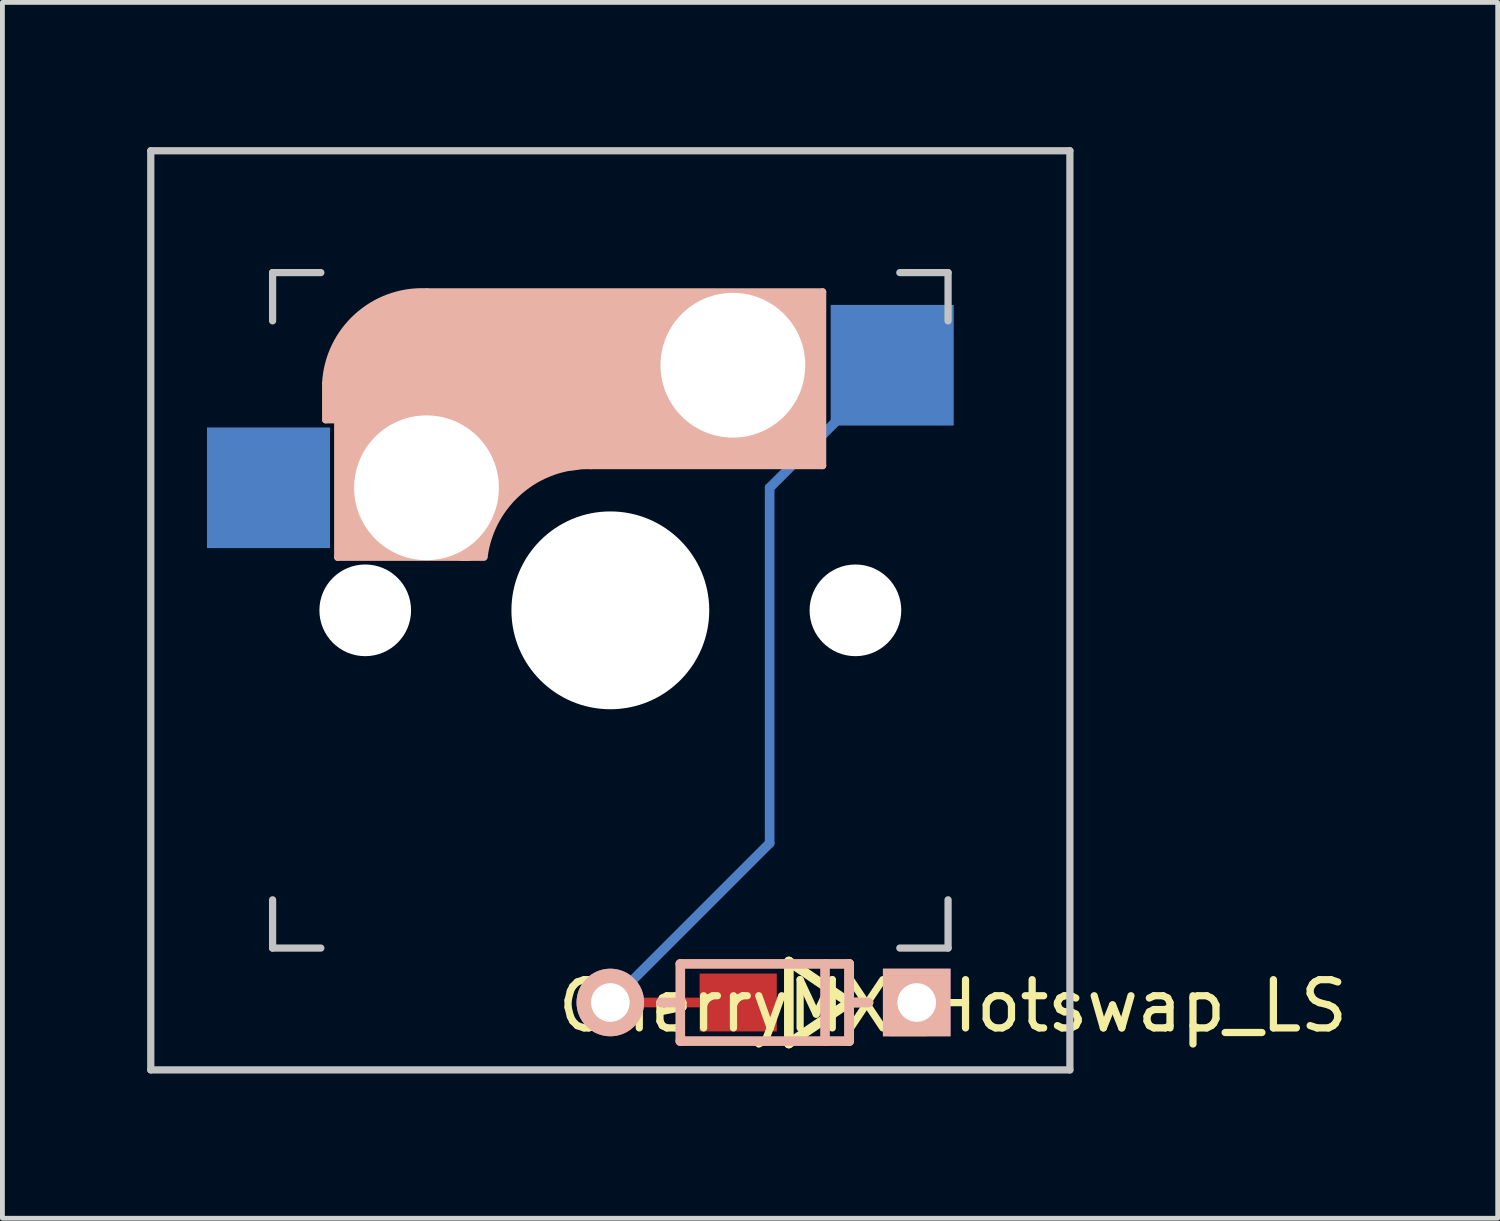
<source format=kicad_pcb>
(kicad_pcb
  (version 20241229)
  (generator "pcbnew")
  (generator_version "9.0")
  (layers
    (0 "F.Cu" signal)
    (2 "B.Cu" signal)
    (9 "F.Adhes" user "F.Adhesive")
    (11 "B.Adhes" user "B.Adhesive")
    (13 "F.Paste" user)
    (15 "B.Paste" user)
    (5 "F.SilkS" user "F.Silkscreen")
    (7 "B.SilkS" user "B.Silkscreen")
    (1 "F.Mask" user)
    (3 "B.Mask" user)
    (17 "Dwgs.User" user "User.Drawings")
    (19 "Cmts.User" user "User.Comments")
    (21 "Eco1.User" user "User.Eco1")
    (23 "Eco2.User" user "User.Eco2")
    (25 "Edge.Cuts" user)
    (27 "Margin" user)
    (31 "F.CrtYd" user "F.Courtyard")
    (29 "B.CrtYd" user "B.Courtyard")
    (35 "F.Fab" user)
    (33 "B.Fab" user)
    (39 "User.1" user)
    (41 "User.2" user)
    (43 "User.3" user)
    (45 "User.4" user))
  (footprint "CherryMX_Hotswap_LS"
    (layer "F.Cu")
    (at 9.6 9.6)
    (property "Reference" "CherryMX_Hotswap_LS" (at 7.1 8.2 0) (layer "F.SilkS") (effects (font (size 1 1) (thickness 0.15))))
    (attr through_hole)
    (fp_line (start 0 8.128) (end 2.65 8.128) (stroke (width 0.2) (type solid)) (layer "F.Cu"))
    (fp_line (start 3.302 -2.54) (end 3.302 4.826) (stroke (width 0.2) (type solid)) (layer "B.Cu"))
    (fp_line (start 3.302 -2.54) (end 5.842 -5.08) (stroke (width 0.2) (type solid)) (layer "B.Cu"))
    (fp_line (start 3.302 4.826) (end 0 8.128) (stroke (width 0.2) (type solid)) (layer "B.Cu"))
    (fp_line (start 3.7 7.278) (end 3.7 8.978) (stroke (width 0.2) (type solid)) (layer "F.SilkS"))
    (fp_line (start 4.95 8.128) (end 3.7 7.278) (stroke (width 0.2) (type solid)) (layer "F.SilkS"))
    (fp_line (start 4.95 8.128) (end 3.7 8.978) (stroke (width 0.2) (type solid)) (layer "F.SilkS"))
    (fp_line (start 4.951 7.328) (end 4.951 8.928) (stroke (width 0.2) (type solid)) (layer "F.SilkS"))
    (fp_line (start 4.951 8.128) (end 5.351 8.128) (stroke (width 0.2) (type solid)) (layer "F.SilkS"))
    (fp_line (start -5.9 -4.7) (end -5.9 -3.95) (stroke (width 0.15) (type solid)) (layer "B.SilkS"))
    (fp_line (start -5.9 -3.95) (end -5.7 -3.95) (stroke (width 0.15) (type solid)) (layer "B.SilkS"))
    (fp_line (start -5.8 -4.05) (end -5.8 -4.7) (stroke (width 0.3) (type solid)) (layer "B.SilkS"))
    (fp_line (start -5.65 -5.55) (end -5.65 -1.1) (stroke (width 0.15) (type solid)) (layer "B.SilkS"))
    (fp_line (start -5.65 -1.1) (end -2.62 -1.1) (stroke (width 0.15) (type solid)) (layer "B.SilkS"))
    (fp_line (start -5.45 -1.3) (end -3 -1.3) (stroke (width 0.5) (type solid)) (layer "B.SilkS"))
    (fp_line (start -5.3 -1.6) (end -5.3 -3.4) (stroke (width 0.8) (type solid)) (layer "B.SilkS"))
    (fp_line (start -4.17 -5.1) (end -4.17 -2.86) (stroke (width 3) (type solid)) (layer "B.SilkS"))
    (fp_line (start -0.4 -3) (end 4.4 -3) (stroke (width 0.15) (type solid)) (layer "B.SilkS"))
    (fp_line (start 1.45 7.328) (end 1.45 8.928) (stroke (width 0.2) (type solid)) (layer "B.SilkS"))
    (fp_line (start 1.45 8.128) (end 1.05 8.128) (stroke (width 0.2) (type solid)) (layer "B.SilkS"))
    (fp_line (start 1.45 8.928) (end 4.95 8.928) (stroke (width 0.2) (type solid)) (layer "B.SilkS"))
    (fp_line (start 2.6 -4.8) (end -4.1 -4.8) (stroke (width 3.5) (type solid)) (layer "B.SilkS"))
    (fp_line (start 3.9 -6) (end 3.9 -3.5) (stroke (width 1) (type solid)) (layer "B.SilkS"))
    (fp_line (start 4.2 -3.25) (end 2.9 -3.3) (stroke (width 0.5) (type solid)) (layer "B.SilkS"))
    (fp_line (start 4.25 -6.4) (end 3 -6.4) (stroke (width 0.4) (type solid)) (layer "B.SilkS"))
    (fp_line (start 4.38 -4) (end 4.38 -6.25) (stroke (width 0.15) (type solid)) (layer "B.SilkS"))
    (fp_line (start 4.4 -6.6) (end -3.8 -6.6) (stroke (width 0.15) (type solid)) (layer "B.SilkS"))
    (fp_line (start 4.4 -3) (end 4.4 -6.6) (stroke (width 0.15) (type solid)) (layer "B.SilkS"))
    (fp_line (start 4.45 7.328) (end 4.45 8.928) (stroke (width 0.2) (type solid)) (layer "B.SilkS"))
    (fp_line (start 4.95 7.328) (end 1.45 7.328) (stroke (width 0.2) (type solid)) (layer "B.SilkS"))
    (fp_line (start 4.95 8.128) (end 5.35 8.128) (stroke (width 0.2) (type solid)) (layer "B.SilkS"))
    (fp_line (start 4.95 8.928) (end 4.95 7.328) (stroke (width 0.2) (type solid)) (layer "B.SilkS"))
    (fp_arc (start -5.9 -4.699999) (mid -5.243504 -6.084924) (end -3.800001 -6.6) (stroke (width 0.15) (type solid)) (layer "B.SilkS"))
    (fp_arc (start -3.016318 -1.521471) (mid -2.268709 -2.886118) (end -0.8 -3.4) (stroke (width 1) (type solid)) (layer "B.SilkS"))
    (fp_arc (start -2.616318 -1.121471) (mid -1.868709 -2.486118) (end -0.4 -3) (stroke (width 0.15) (type solid)) (layer "B.SilkS"))
    (fp_line (start -9.525 -9.525) (end 9.525 -9.525) (stroke (width 0.15) (type solid)) (layer "Dwgs.User"))
    (fp_line (start -9.525 9.525) (end -9.525 -9.525) (stroke (width 0.15) (type solid)) (layer "Dwgs.User"))
    (fp_line (start -7 -7) (end -6 -7) (stroke (width 0.15) (type solid)) (layer "Dwgs.User"))
    (fp_line (start -7 -6) (end -7 -7) (stroke (width 0.15) (type solid)) (layer "Dwgs.User"))
    (fp_line (start -7 6) (end -7 7) (stroke (width 0.15) (type solid)) (layer "Dwgs.User"))
    (fp_line (start -7 7) (end -6 7) (stroke (width 0.15) (type solid)) (layer "Dwgs.User"))
    (fp_line (start 6 7) (end 7 7) (stroke (width 0.15) (type solid)) (layer "Dwgs.User"))
    (fp_line (start 7 -7) (end 6 -7) (stroke (width 0.15) (type solid)) (layer "Dwgs.User"))
    (fp_line (start 7 -7) (end 7 -6) (stroke (width 0.15) (type solid)) (layer "Dwgs.User"))
    (fp_line (start 7 7) (end 7 6) (stroke (width 0.15) (type solid)) (layer "Dwgs.User"))
    (fp_line (start 9.525 -9.525) (end 9.525 9.525) (stroke (width 0.15) (type solid)) (layer "Dwgs.User"))
    (fp_line (start 9.525 9.525) (end -9.525 9.525) (stroke (width 0.15) (type solid)) (layer "Dwgs.User"))
    (pad "" np_thru_hole circle (at -5.08 0) (size 1.9 1.9) (drill 1.9) (layers "*.Cu" "*.Mask"))
    (pad "" np_thru_hole circle (at -3.81 -2.54) (size 3 3) (drill 3) (layers "*.Cu" "*.Mask"))
    (pad "" np_thru_hole circle (at 0 0 90) (size 4.1 4.1) (drill 4.1) (layers "*.Cu" "*.Mask"))
    (pad "" np_thru_hole circle (at 2.54 -5.08) (size 3 3) (drill 3) (layers "*.Cu" "*.Mask"))
    (pad "" np_thru_hole circle (at 5.08 0) (size 1.9 1.9) (drill 1.9) (layers "*.Cu" "*.Mask"))
    (pad "1" smd rect (at -7.085 -2.54 180) (size 2.55 2.5) (layers "B.Cu" "B.Mask" "B.Paste"))
    (pad "1" thru_hole rect (at 6.35 8.128) (size 1.4 1.4) (drill 0.8) (layers "*.Cu" "*.Mask" "B.SilkS"))
    (pad "2" thru_hole circle (at 0 8.128) (size 1.4 1.4) (drill 0.8) (layers "*.Cu" "*.Mask" "B.SilkS"))
    (pad "2" smd rect (at 2.65 8.128) (size 1.6 1.2) (layers "F.Cu" "F.Mask" "F.Paste"))
    (pad "2" smd rect (at 5.842 -5.08 180) (size 2.55 2.5) (layers "B.Cu" "B.Mask" "B.Paste")))
  (gr_rect
    (start -3 -3)
    (end 27.992 22.2)
    (stroke (width 0.1) (type default))
    (fill no)
    (layer "Edge.Cuts")))
</source>
